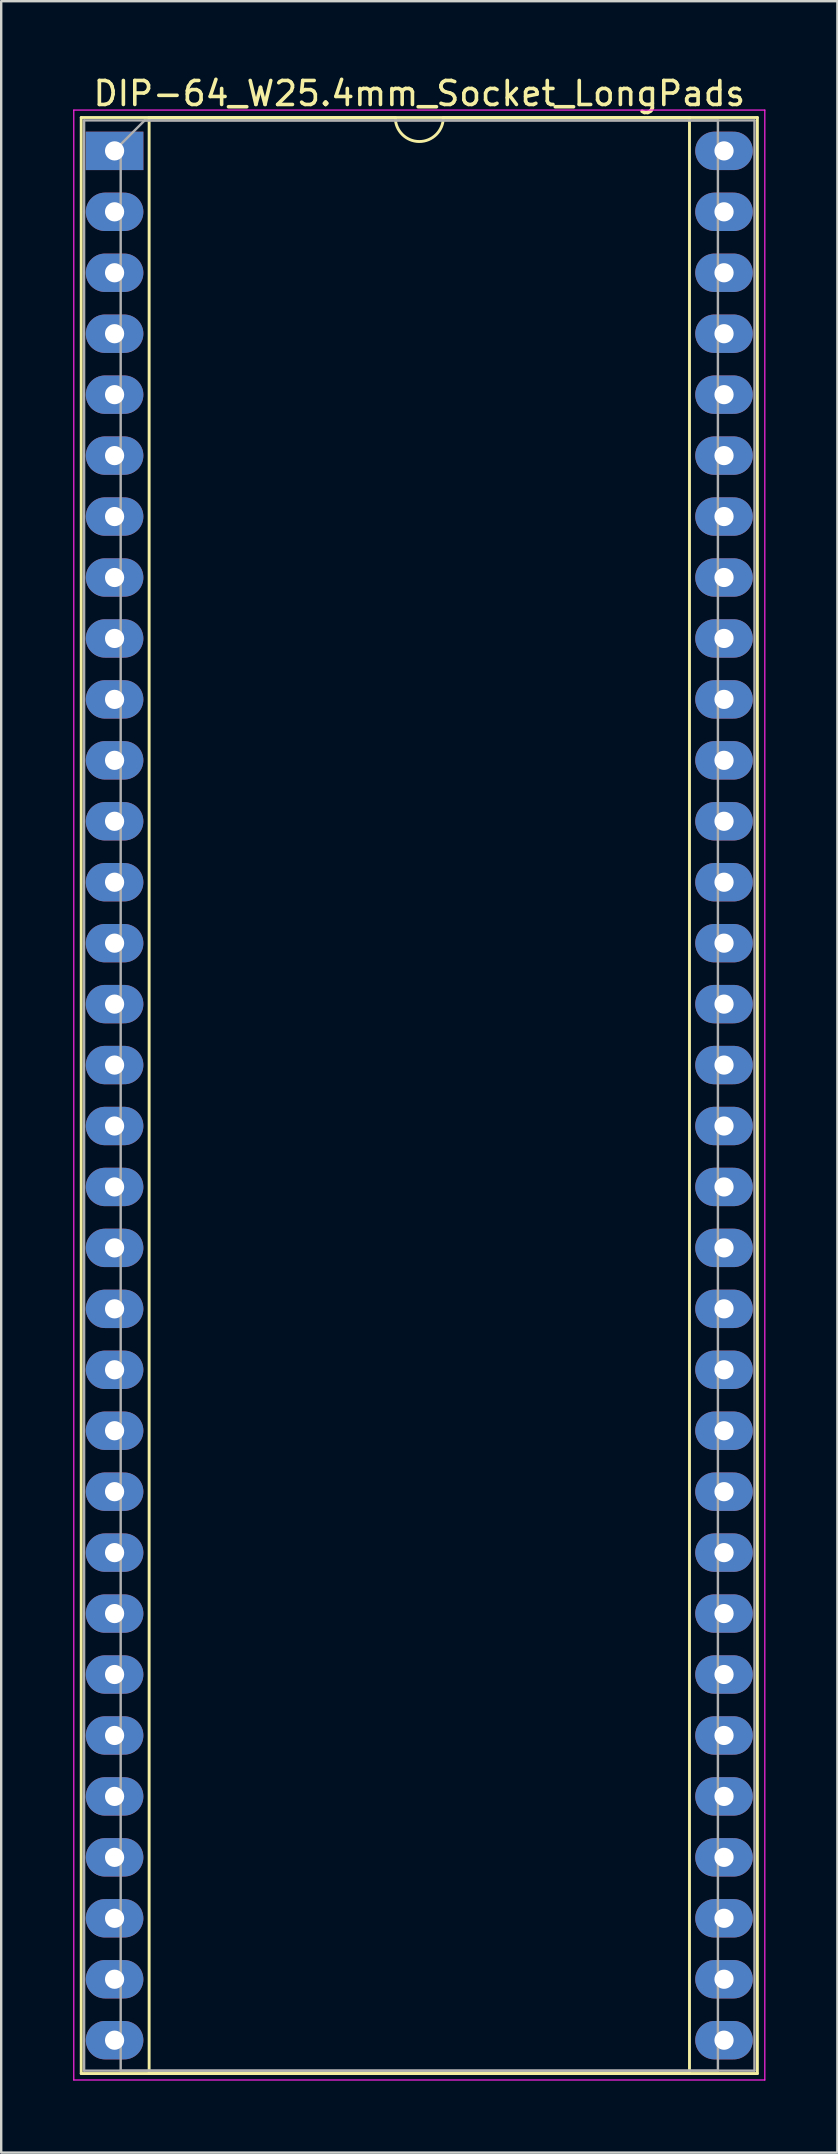
<source format=kicad_pcb>
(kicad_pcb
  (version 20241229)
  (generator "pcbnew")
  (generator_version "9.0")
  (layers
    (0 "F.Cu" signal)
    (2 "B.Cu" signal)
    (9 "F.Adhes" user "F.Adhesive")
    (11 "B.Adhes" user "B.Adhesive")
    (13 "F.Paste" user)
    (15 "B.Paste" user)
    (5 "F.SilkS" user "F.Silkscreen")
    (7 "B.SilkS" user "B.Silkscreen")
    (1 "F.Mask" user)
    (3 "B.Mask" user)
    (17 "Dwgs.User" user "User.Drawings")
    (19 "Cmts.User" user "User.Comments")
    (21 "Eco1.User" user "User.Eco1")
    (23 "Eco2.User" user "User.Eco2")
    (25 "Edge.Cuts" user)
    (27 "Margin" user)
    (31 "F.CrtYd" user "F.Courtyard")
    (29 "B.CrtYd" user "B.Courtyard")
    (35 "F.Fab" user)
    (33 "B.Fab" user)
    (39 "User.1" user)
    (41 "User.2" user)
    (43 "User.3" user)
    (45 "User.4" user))
  (footprint "DIP-64_W25.4mm_Socket_LongPads"
    (layer "F.Cu")
    (at 1.725 3.238)
    (property "Reference" "DIP-64_W25.4mm_Socket_LongPads" (at 12.7 -2.39 0) (layer "F.SilkS") (effects (font (size 1 1) (thickness 0.15))))
    (attr through_hole)
    (fp_line (start -1.39 -1.39) (end -1.39 80.13) (stroke (width 0.12) (type solid)) (layer "F.SilkS"))
    (fp_line (start -1.39 80.13) (end 26.79 80.13) (stroke (width 0.12) (type solid)) (layer "F.SilkS"))
    (fp_line (start 1.44 -1.39) (end 1.44 80.13) (stroke (width 0.12) (type solid)) (layer "F.SilkS"))
    (fp_line (start 1.44 80.13) (end 23.96 80.13) (stroke (width 0.12) (type solid)) (layer "F.SilkS"))
    (fp_line (start 11.7 -1.39) (end 1.44 -1.39) (stroke (width 0.12) (type solid)) (layer "F.SilkS"))
    (fp_line (start 23.96 -1.39) (end 13.7 -1.39) (stroke (width 0.12) (type solid)) (layer "F.SilkS"))
    (fp_line (start 23.96 80.13) (end 23.96 -1.39) (stroke (width 0.12) (type solid)) (layer "F.SilkS"))
    (fp_line (start 26.79 -1.39) (end -1.39 -1.39) (stroke (width 0.12) (type solid)) (layer "F.SilkS"))
    (fp_line (start 26.79 80.13) (end 26.79 -1.39) (stroke (width 0.12) (type solid)) (layer "F.SilkS"))
    (fp_arc (start 13.7 -1.39) (mid 12.7 -0.39) (end 11.7 -1.39) (stroke (width 0.12) (type solid)) (layer "F.SilkS"))
    (fp_line (start -1.7 -1.7) (end -1.7 80.4) (stroke (width 0.05) (type solid)) (layer "F.CrtYd"))
    (fp_line (start -1.7 80.4) (end 27.1 80.4) (stroke (width 0.05) (type solid)) (layer "F.CrtYd"))
    (fp_line (start 27.1 -1.7) (end -1.7 -1.7) (stroke (width 0.05) (type solid)) (layer "F.CrtYd"))
    (fp_line (start 27.1 80.4) (end 27.1 -1.7) (stroke (width 0.05) (type solid)) (layer "F.CrtYd"))
    (fp_line (start -1.27 -1.27) (end -1.27 80.01) (stroke (width 0.1) (type solid)) (layer "F.Fab"))
    (fp_line (start -1.27 80.01) (end 26.67 80.01) (stroke (width 0.1) (type solid)) (layer "F.Fab"))
    (fp_line (start 0.255 -0.27) (end 1.255 -1.27) (stroke (width 0.1) (type solid)) (layer "F.Fab"))
    (fp_line (start 0.255 80.01) (end 0.255 -0.27) (stroke (width 0.1) (type solid)) (layer "F.Fab"))
    (fp_line (start 1.255 -1.27) (end 25.145 -1.27) (stroke (width 0.1) (type solid)) (layer "F.Fab"))
    (fp_line (start 25.145 -1.27) (end 25.145 80.01) (stroke (width 0.1) (type solid)) (layer "F.Fab"))
    (fp_line (start 25.145 80.01) (end 0.255 80.01) (stroke (width 0.1) (type solid)) (layer "F.Fab"))
    (fp_line (start 26.67 -1.27) (end -1.27 -1.27) (stroke (width 0.1) (type solid)) (layer "F.Fab"))
    (fp_line (start 26.67 80.01) (end 26.67 -1.27) (stroke (width 0.1) (type solid)) (layer "F.Fab"))
    (pad "1" thru_hole rect (at 0 0) (size 2.4 1.6) (drill 0.8) (layers "*.Cu" "*.Mask"))
    (pad "2" thru_hole oval (at 0 2.54) (size 2.4 1.6) (drill 0.8) (layers "*.Cu" "*.Mask"))
    (pad "3" thru_hole oval (at 0 5.08) (size 2.4 1.6) (drill 0.8) (layers "*.Cu" "*.Mask"))
    (pad "4" thru_hole oval (at 0 7.62) (size 2.4 1.6) (drill 0.8) (layers "*.Cu" "*.Mask"))
    (pad "5" thru_hole oval (at 0 10.16) (size 2.4 1.6) (drill 0.8) (layers "*.Cu" "*.Mask"))
    (pad "6" thru_hole oval (at 0 12.7) (size 2.4 1.6) (drill 0.8) (layers "*.Cu" "*.Mask"))
    (pad "7" thru_hole oval (at 0 15.24) (size 2.4 1.6) (drill 0.8) (layers "*.Cu" "*.Mask"))
    (pad "8" thru_hole oval (at 0 17.78) (size 2.4 1.6) (drill 0.8) (layers "*.Cu" "*.Mask"))
    (pad "9" thru_hole oval (at 0 20.32) (size 2.4 1.6) (drill 0.8) (layers "*.Cu" "*.Mask"))
    (pad "10" thru_hole oval (at 0 22.86) (size 2.4 1.6) (drill 0.8) (layers "*.Cu" "*.Mask"))
    (pad "11" thru_hole oval (at 0 25.4) (size 2.4 1.6) (drill 0.8) (layers "*.Cu" "*.Mask"))
    (pad "12" thru_hole oval (at 0 27.94) (size 2.4 1.6) (drill 0.8) (layers "*.Cu" "*.Mask"))
    (pad "13" thru_hole oval (at 0 30.48) (size 2.4 1.6) (drill 0.8) (layers "*.Cu" "*.Mask"))
    (pad "14" thru_hole oval (at 0 33.02) (size 2.4 1.6) (drill 0.8) (layers "*.Cu" "*.Mask"))
    (pad "15" thru_hole oval (at 0 35.56) (size 2.4 1.6) (drill 0.8) (layers "*.Cu" "*.Mask"))
    (pad "16" thru_hole oval (at 0 38.1) (size 2.4 1.6) (drill 0.8) (layers "*.Cu" "*.Mask"))
    (pad "17" thru_hole oval (at 0 40.64) (size 2.4 1.6) (drill 0.8) (layers "*.Cu" "*.Mask"))
    (pad "18" thru_hole oval (at 0 43.18) (size 2.4 1.6) (drill 0.8) (layers "*.Cu" "*.Mask"))
    (pad "19" thru_hole oval (at 0 45.72) (size 2.4 1.6) (drill 0.8) (layers "*.Cu" "*.Mask"))
    (pad "20" thru_hole oval (at 0 48.26) (size 2.4 1.6) (drill 0.8) (layers "*.Cu" "*.Mask"))
    (pad "21" thru_hole oval (at 0 50.8) (size 2.4 1.6) (drill 0.8) (layers "*.Cu" "*.Mask"))
    (pad "22" thru_hole oval (at 0 53.34) (size 2.4 1.6) (drill 0.8) (layers "*.Cu" "*.Mask"))
    (pad "23" thru_hole oval (at 0 55.88) (size 2.4 1.6) (drill 0.8) (layers "*.Cu" "*.Mask"))
    (pad "24" thru_hole oval (at 0 58.42) (size 2.4 1.6) (drill 0.8) (layers "*.Cu" "*.Mask"))
    (pad "25" thru_hole oval (at 0 60.96) (size 2.4 1.6) (drill 0.8) (layers "*.Cu" "*.Mask"))
    (pad "26" thru_hole oval (at 0 63.5) (size 2.4 1.6) (drill 0.8) (layers "*.Cu" "*.Mask"))
    (pad "27" thru_hole oval (at 0 66.04) (size 2.4 1.6) (drill 0.8) (layers "*.Cu" "*.Mask"))
    (pad "28" thru_hole oval (at 0 68.58) (size 2.4 1.6) (drill 0.8) (layers "*.Cu" "*.Mask"))
    (pad "29" thru_hole oval (at 0 71.12) (size 2.4 1.6) (drill 0.8) (layers "*.Cu" "*.Mask"))
    (pad "30" thru_hole oval (at 0 73.66) (size 2.4 1.6) (drill 0.8) (layers "*.Cu" "*.Mask"))
    (pad "31" thru_hole oval (at 0 76.2) (size 2.4 1.6) (drill 0.8) (layers "*.Cu" "*.Mask"))
    (pad "32" thru_hole oval (at 0 78.74) (size 2.4 1.6) (drill 0.8) (layers "*.Cu" "*.Mask"))
    (pad "33" thru_hole oval (at 25.4 78.74) (size 2.4 1.6) (drill 0.8) (layers "*.Cu" "*.Mask"))
    (pad "34" thru_hole oval (at 25.4 76.2) (size 2.4 1.6) (drill 0.8) (layers "*.Cu" "*.Mask"))
    (pad "35" thru_hole oval (at 25.4 73.66) (size 2.4 1.6) (drill 0.8) (layers "*.Cu" "*.Mask"))
    (pad "36" thru_hole oval (at 25.4 71.12) (size 2.4 1.6) (drill 0.8) (layers "*.Cu" "*.Mask"))
    (pad "37" thru_hole oval (at 25.4 68.58) (size 2.4 1.6) (drill 0.8) (layers "*.Cu" "*.Mask"))
    (pad "38" thru_hole oval (at 25.4 66.04) (size 2.4 1.6) (drill 0.8) (layers "*.Cu" "*.Mask"))
    (pad "39" thru_hole oval (at 25.4 63.5) (size 2.4 1.6) (drill 0.8) (layers "*.Cu" "*.Mask"))
    (pad "40" thru_hole oval (at 25.4 60.96) (size 2.4 1.6) (drill 0.8) (layers "*.Cu" "*.Mask"))
    (pad "41" thru_hole oval (at 25.4 58.42) (size 2.4 1.6) (drill 0.8) (layers "*.Cu" "*.Mask"))
    (pad "42" thru_hole oval (at 25.4 55.88) (size 2.4 1.6) (drill 0.8) (layers "*.Cu" "*.Mask"))
    (pad "43" thru_hole oval (at 25.4 53.34) (size 2.4 1.6) (drill 0.8) (layers "*.Cu" "*.Mask"))
    (pad "44" thru_hole oval (at 25.4 50.8) (size 2.4 1.6) (drill 0.8) (layers "*.Cu" "*.Mask"))
    (pad "45" thru_hole oval (at 25.4 48.26) (size 2.4 1.6) (drill 0.8) (layers "*.Cu" "*.Mask"))
    (pad "46" thru_hole oval (at 25.4 45.72) (size 2.4 1.6) (drill 0.8) (layers "*.Cu" "*.Mask"))
    (pad "47" thru_hole oval (at 25.4 43.18) (size 2.4 1.6) (drill 0.8) (layers "*.Cu" "*.Mask"))
    (pad "48" thru_hole oval (at 25.4 40.64) (size 2.4 1.6) (drill 0.8) (layers "*.Cu" "*.Mask"))
    (pad "49" thru_hole oval (at 25.4 38.1) (size 2.4 1.6) (drill 0.8) (layers "*.Cu" "*.Mask"))
    (pad "50" thru_hole oval (at 25.4 35.56) (size 2.4 1.6) (drill 0.8) (layers "*.Cu" "*.Mask"))
    (pad "51" thru_hole oval (at 25.4 33.02) (size 2.4 1.6) (drill 0.8) (layers "*.Cu" "*.Mask"))
    (pad "52" thru_hole oval (at 25.4 30.48) (size 2.4 1.6) (drill 0.8) (layers "*.Cu" "*.Mask"))
    (pad "53" thru_hole oval (at 25.4 27.94) (size 2.4 1.6) (drill 0.8) (layers "*.Cu" "*.Mask"))
    (pad "54" thru_hole oval (at 25.4 25.4) (size 2.4 1.6) (drill 0.8) (layers "*.Cu" "*.Mask"))
    (pad "55" thru_hole oval (at 25.4 22.86) (size 2.4 1.6) (drill 0.8) (layers "*.Cu" "*.Mask"))
    (pad "56" thru_hole oval (at 25.4 20.32) (size 2.4 1.6) (drill 0.8) (layers "*.Cu" "*.Mask"))
    (pad "57" thru_hole oval (at 25.4 17.78) (size 2.4 1.6) (drill 0.8) (layers "*.Cu" "*.Mask"))
    (pad "58" thru_hole oval (at 25.4 15.24) (size 2.4 1.6) (drill 0.8) (layers "*.Cu" "*.Mask"))
    (pad "59" thru_hole oval (at 25.4 12.7) (size 2.4 1.6) (drill 0.8) (layers "*.Cu" "*.Mask"))
    (pad "60" thru_hole oval (at 25.4 10.16) (size 2.4 1.6) (drill 0.8) (layers "*.Cu" "*.Mask"))
    (pad "61" thru_hole oval (at 25.4 7.62) (size 2.4 1.6) (drill 0.8) (layers "*.Cu" "*.Mask"))
    (pad "62" thru_hole oval (at 25.4 5.08) (size 2.4 1.6) (drill 0.8) (layers "*.Cu" "*.Mask"))
    (pad "63" thru_hole oval (at 25.4 2.54) (size 2.4 1.6) (drill 0.8) (layers "*.Cu" "*.Mask"))
    (pad "64" thru_hole oval (at 25.4 0) (size 2.4 1.6) (drill 0.8) (layers "*.Cu" "*.Mask")))
  (gr_rect
    (start -3 -3)
    (end 31.85 86.663)
    (stroke (width 0.1) (type default))
    (fill no)
    (layer "Edge.Cuts")))
</source>
